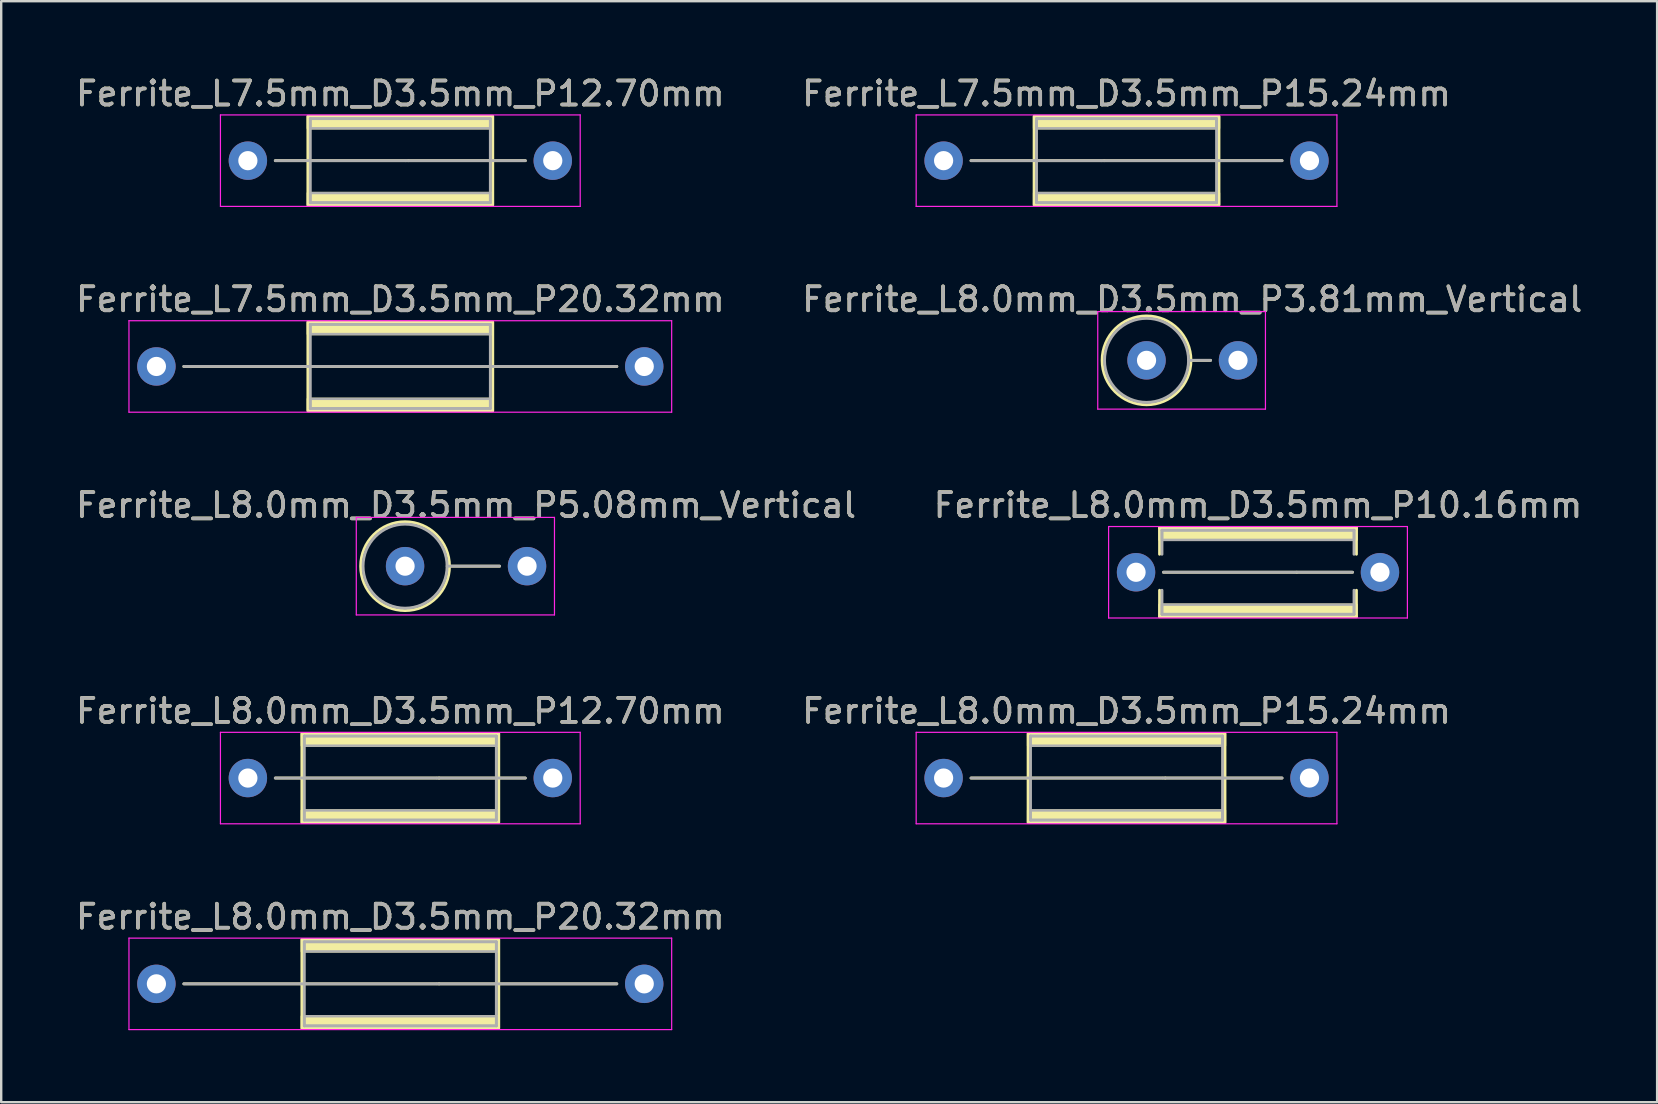
<source format=kicad_pcb>
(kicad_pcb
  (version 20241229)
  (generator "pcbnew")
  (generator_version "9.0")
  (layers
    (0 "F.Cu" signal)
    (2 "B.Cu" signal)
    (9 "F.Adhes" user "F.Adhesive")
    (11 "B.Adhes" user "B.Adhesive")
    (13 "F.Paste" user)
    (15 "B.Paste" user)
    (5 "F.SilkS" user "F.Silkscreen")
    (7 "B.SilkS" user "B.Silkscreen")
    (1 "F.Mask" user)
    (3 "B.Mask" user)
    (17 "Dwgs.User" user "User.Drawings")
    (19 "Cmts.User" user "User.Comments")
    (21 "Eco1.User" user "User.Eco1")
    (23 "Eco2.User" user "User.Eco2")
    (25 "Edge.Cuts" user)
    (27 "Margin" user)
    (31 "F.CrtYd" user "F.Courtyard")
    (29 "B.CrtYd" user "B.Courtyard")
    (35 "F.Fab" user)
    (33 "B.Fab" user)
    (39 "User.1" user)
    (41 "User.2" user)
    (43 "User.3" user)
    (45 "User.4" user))
  (footprint "Ferrite_L8.0mm_D3.5mm_P20.32mm"
    (layer "F.Cu")
    (at 3.465 37.931)
    (property "Reference" "Ferrite_L8.0mm_D3.5mm_P20.32mm" (at 10.16 -2.794 0) (layer "F.SilkS") (effects (font (size 1 1) (thickness 0.15))))
    (fp_line (start 11.774 0.000002) (end 1.143 0) (stroke (width 0.12) (type solid)) (layer "F.SilkS"))
    (fp_line (start 11.774 0.000002) (end 19.177 0) (stroke (width 0.12) (type solid)) (layer "F.SilkS"))
    (fp_rect (start 6.06 -1.85) (end 14.26 1.85) (stroke (width 0.12) (type solid)) (fill no) (layer "F.SilkS"))
    (fp_poly (pts (xy 6.06 1.35) (xy 14.26 1.35) (xy 14.26 1.85) (xy 6.06 1.85)) (stroke (width 0.1) (type solid)) (fill yes) (layer "F.SilkS"))
    (fp_poly (pts (xy 14.26 -1.35) (xy 6.06 -1.35) (xy 6.06 -1.85) (xy 14.26 -1.85)) (stroke (width 0.1) (type solid)) (fill yes) (layer "F.SilkS"))
    (fp_line (start -1.143 -1.905) (end 21.463 -1.905) (stroke (width 0.05) (type solid)) (layer "F.CrtYd"))
    (fp_line (start -1.143 1.905) (end -1.143 -1.905) (stroke (width 0.05) (type solid)) (layer "F.CrtYd"))
    (fp_line (start 21.463 -1.905) (end 21.463 1.905) (stroke (width 0.05) (type solid)) (layer "F.CrtYd"))
    (fp_line (start 21.463 1.905) (end -1.143 1.905) (stroke (width 0.05) (type solid)) (layer "F.CrtYd"))
    (fp_line (start 6.16 -1.75) (end 6.16 1.75) (stroke (width 0.12) (type solid)) (layer "F.Fab"))
    (fp_line (start 6.16 -1.75) (end 14.16 -1.75) (stroke (width 0.12) (type solid)) (layer "F.Fab"))
    (fp_line (start 11.647 0.000002) (end 1.143 0) (stroke (width 0.12) (type solid)) (layer "F.Fab"))
    (fp_line (start 11.684 0) (end 19.177 0) (stroke (width 0.12) (type solid)) (layer "F.Fab"))
    (fp_line (start 14.16 -1.75) (end 14.16 1.75) (stroke (width 0.12) (type solid)) (layer "F.Fab"))
    (fp_line (start 14.16 1.75) (end 6.16 1.75) (stroke (width 0.12) (type solid)) (layer "F.Fab"))
    (fp_poly (pts (xy 6.16 1.35) (xy 14.16 1.35) (xy 14.16 1.75) (xy 6.16 1.75)) (stroke (width 0.1) (type solid)) (fill no) (layer "F.Fab"))
    (fp_poly (pts (xy 14.16 -1.35) (xy 6.16 -1.35) (xy 6.16 -1.75) (xy 14.16 -1.75)) (stroke (width 0.1) (type solid)) (fill no) (layer "F.Fab"))
    (fp_text user "${REFERENCE}" (at 10.16 -2.793 0) (layer "F.Fab") (effects (font (size 1 1) (thickness 0.15))))
    (pad "1" thru_hole circle (at 0 0) (size 1.6 1.6) (drill 0.8) (layers "*.Cu" "*.Mask"))
    (pad "2" thru_hole circle (at 20.32 0) (size 1.6 1.6) (drill 0.8) (layers "*.Cu" "*.Mask")))
  (footprint "Ferrite_L8.0mm_D3.5mm_P15.24mm"
    (layer "F.Cu")
    (at 36.255 29.359)
    (property "Reference" "Ferrite_L8.0mm_D3.5mm_P15.24mm" (at 7.62 -2.794 0) (layer "F.SilkS") (effects (font (size 1 1) (thickness 0.15))))
    (fp_line (start 9.234 0.000002) (end 1.143 0) (stroke (width 0.12) (type solid)) (layer "F.SilkS"))
    (fp_line (start 9.234 0.000002) (end 14.097 0) (stroke (width 0.12) (type solid)) (layer "F.SilkS"))
    (fp_rect (start 3.52 -1.85) (end 11.72 1.85) (stroke (width 0.12) (type solid)) (fill no) (layer "F.SilkS"))
    (fp_poly (pts (xy 3.52 1.35) (xy 11.72 1.35) (xy 11.72 1.85) (xy 3.52 1.85)) (stroke (width 0.1) (type solid)) (fill yes) (layer "F.SilkS"))
    (fp_poly (pts (xy 11.72 -1.35) (xy 3.52 -1.35) (xy 3.52 -1.85) (xy 11.72 -1.85)) (stroke (width 0.1) (type solid)) (fill yes) (layer "F.SilkS"))
    (fp_line (start -1.143 -1.905) (end 16.383 -1.905) (stroke (width 0.05) (type solid)) (layer "F.CrtYd"))
    (fp_line (start -1.143 1.905) (end -1.143 -1.905) (stroke (width 0.05) (type solid)) (layer "F.CrtYd"))
    (fp_line (start 16.383 -1.905) (end 16.383 1.905) (stroke (width 0.05) (type solid)) (layer "F.CrtYd"))
    (fp_line (start 16.383 1.905) (end -1.143 1.905) (stroke (width 0.05) (type solid)) (layer "F.CrtYd"))
    (fp_line (start 3.62 -1.75) (end 3.62 1.75) (stroke (width 0.12) (type solid)) (layer "F.Fab"))
    (fp_line (start 3.62 -1.75) (end 11.62 -1.75) (stroke (width 0.12) (type solid)) (layer "F.Fab"))
    (fp_line (start 9.107 0.000002) (end 1.143 0) (stroke (width 0.12) (type solid)) (layer "F.Fab"))
    (fp_line (start 9.144 0) (end 14.097 0) (stroke (width 0.12) (type solid)) (layer "F.Fab"))
    (fp_line (start 11.62 -1.75) (end 11.62 1.75) (stroke (width 0.12) (type solid)) (layer "F.Fab"))
    (fp_line (start 11.62 1.75) (end 3.62 1.75) (stroke (width 0.12) (type solid)) (layer "F.Fab"))
    (fp_poly (pts (xy 3.62 1.35) (xy 11.62 1.35) (xy 11.62 1.75) (xy 3.62 1.75)) (stroke (width 0.1) (type solid)) (fill no) (layer "F.Fab"))
    (fp_poly (pts (xy 11.62 -1.35) (xy 3.62 -1.35) (xy 3.62 -1.75) (xy 11.62 -1.75)) (stroke (width 0.1) (type solid)) (fill no) (layer "F.Fab"))
    (fp_text user "${REFERENCE}" (at 7.62 -2.793 0) (layer "F.Fab") (effects (font (size 1 1) (thickness 0.15))))
    (pad "1" thru_hole circle (at 0 0) (size 1.6 1.6) (drill 0.8) (layers "*.Cu" "*.Mask"))
    (pad "2" thru_hole circle (at 15.24 0) (size 1.6 1.6) (drill 0.8) (layers "*.Cu" "*.Mask")))
  (footprint "Ferrite_L7.5mm_D3.5mm_P12.70mm"
    (layer "F.Cu")
    (at 7.275 3.642)
    (property "Reference" "Ferrite_L7.5mm_D3.5mm_P12.70mm" (at 6.35 -2.794 0) (layer "F.SilkS") (effects (font (size 1 1) (thickness 0.15))))
    (fp_line (start 6.694 0.000002) (end 1.143 0) (stroke (width 0.12) (type solid)) (layer "F.SilkS"))
    (fp_line (start 6.694 0.000002) (end 11.557 0) (stroke (width 0.12) (type solid)) (layer "F.SilkS"))
    (fp_rect (start 2.5 -1.85) (end 10.2 1.85) (stroke (width 0.12) (type solid)) (fill no) (layer "F.SilkS"))
    (fp_poly (pts (xy 2.5 1.35) (xy 10.2 1.35) (xy 10.2 1.85) (xy 2.5 1.85)) (stroke (width 0.1) (type solid)) (fill yes) (layer "F.SilkS"))
    (fp_poly (pts (xy 10.2 -1.35) (xy 2.5 -1.35) (xy 2.5 -1.85) (xy 10.2 -1.85)) (stroke (width 0.1) (type solid)) (fill yes) (layer "F.SilkS"))
    (fp_line (start -1.143 -1.905) (end 13.843 -1.905) (stroke (width 0.05) (type solid)) (layer "F.CrtYd"))
    (fp_line (start -1.143 1.905) (end -1.143 -1.905) (stroke (width 0.05) (type solid)) (layer "F.CrtYd"))
    (fp_line (start 13.843 -1.905) (end 13.843 1.905) (stroke (width 0.05) (type solid)) (layer "F.CrtYd"))
    (fp_line (start 13.843 1.905) (end -1.143 1.905) (stroke (width 0.05) (type solid)) (layer "F.CrtYd"))
    (fp_line (start 2.6 -1.75) (end 10.1 -1.75) (stroke (width 0.12) (type solid)) (layer "F.Fab"))
    (fp_line (start 2.6 1.75) (end 2.6 -1.75) (stroke (width 0.12) (type solid)) (layer "F.Fab"))
    (fp_line (start 6.567 0.000002) (end 1.143 0) (stroke (width 0.12) (type solid)) (layer "F.Fab"))
    (fp_line (start 6.567 0.000002) (end 11.557 0) (stroke (width 0.12) (type solid)) (layer "F.Fab"))
    (fp_line (start 10.1 -1.75) (end 10.1 1.75) (stroke (width 0.12) (type solid)) (layer "F.Fab"))
    (fp_line (start 10.1 1.75) (end 2.6 1.75) (stroke (width 0.12) (type solid)) (layer "F.Fab"))
    (fp_poly (pts (xy 2.6 1.35) (xy 10.1 1.35) (xy 10.1 1.75) (xy 2.6 1.75)) (stroke (width 0.1) (type solid)) (fill no) (layer "F.Fab"))
    (fp_poly (pts (xy 10.1 -1.35) (xy 2.6 -1.35) (xy 2.6 -1.75) (xy 10.1 -1.75)) (stroke (width 0.1) (type solid)) (fill no) (layer "F.Fab"))
    (fp_text user "${REFERENCE}" (at 6.35 -2.793 0) (layer "F.Fab") (effects (font (size 1 1) (thickness 0.15))))
    (pad "1" thru_hole circle (at 0 0) (size 1.6 1.6) (drill 0.8) (layers "*.Cu" "*.Mask"))
    (pad "2" thru_hole circle (at 12.7 0) (size 1.6 1.6) (drill 0.8) (layers "*.Cu" "*.Mask")))
  (footprint "Ferrite_L7.5mm_D3.5mm_P15.24mm"
    (layer "F.Cu")
    (at 36.255 3.642)
    (property "Reference" "Ferrite_L7.5mm_D3.5mm_P15.24mm" (at 7.62 -2.794 0) (layer "F.SilkS") (effects (font (size 1 1) (thickness 0.15))))
    (fp_line (start 6.694 0.000002) (end 1.143 0) (stroke (width 0.12) (type solid)) (layer "F.SilkS"))
    (fp_line (start 6.694 0.000002) (end 14.097 0) (stroke (width 0.12) (type solid)) (layer "F.SilkS"))
    (fp_rect (start 3.77 -1.85) (end 11.47 1.85) (stroke (width 0.12) (type solid)) (fill no) (layer "F.SilkS"))
    (fp_poly (pts (xy 3.77 1.35) (xy 11.47 1.35) (xy 11.47 1.85) (xy 3.77 1.85)) (stroke (width 0.1) (type solid)) (fill yes) (layer "F.SilkS"))
    (fp_poly (pts (xy 11.47 -1.35) (xy 3.77 -1.35) (xy 3.77 -1.85) (xy 11.47 -1.85)) (stroke (width 0.1) (type solid)) (fill yes) (layer "F.SilkS"))
    (fp_line (start -1.143 -1.905) (end 16.383 -1.905) (stroke (width 0.05) (type solid)) (layer "F.CrtYd"))
    (fp_line (start -1.143 1.905) (end -1.143 -1.905) (stroke (width 0.05) (type solid)) (layer "F.CrtYd"))
    (fp_line (start 16.383 -1.905) (end 16.383 1.905) (stroke (width 0.05) (type solid)) (layer "F.CrtYd"))
    (fp_line (start 16.383 1.905) (end -1.143 1.905) (stroke (width 0.05) (type solid)) (layer "F.CrtYd"))
    (fp_line (start 3.87 -1.75) (end 11.37 -1.75) (stroke (width 0.12) (type solid)) (layer "F.Fab"))
    (fp_line (start 3.87 1.75) (end 3.87 -1.75) (stroke (width 0.12) (type solid)) (layer "F.Fab"))
    (fp_line (start 6.567 0.000002) (end 1.143 0) (stroke (width 0.12) (type solid)) (layer "F.Fab"))
    (fp_line (start 6.567 0.000002) (end 14.097 0) (stroke (width 0.12) (type solid)) (layer "F.Fab"))
    (fp_line (start 11.37 -1.75) (end 11.37 1.75) (stroke (width 0.12) (type solid)) (layer "F.Fab"))
    (fp_line (start 11.37 1.75) (end 3.87 1.75) (stroke (width 0.12) (type solid)) (layer "F.Fab"))
    (fp_poly (pts (xy 3.87 1.35) (xy 11.37 1.35) (xy 11.37 1.75) (xy 3.87 1.75)) (stroke (width 0.1) (type solid)) (fill no) (layer "F.Fab"))
    (fp_poly (pts (xy 11.37 -1.35) (xy 3.87 -1.35) (xy 3.87 -1.75) (xy 11.37 -1.75)) (stroke (width 0.1) (type solid)) (fill no) (layer "F.Fab"))
    (fp_text user "${REFERENCE}" (at 7.62 -2.793 0) (layer "F.Fab") (effects (font (size 1 1) (thickness 0.15))))
    (pad "1" thru_hole circle (at 0 0) (size 1.6 1.6) (drill 0.8) (layers "*.Cu" "*.Mask"))
    (pad "2" thru_hole circle (at 15.24 0) (size 1.6 1.6) (drill 0.8) (layers "*.Cu" "*.Mask")))
  (footprint "Ferrite_L8.0mm_D3.5mm_P10.16mm"
    (layer "F.Cu")
    (at 44.271 20.787)
    (property "Reference" "Ferrite_L8.0mm_D3.5mm_P10.16mm" (at 5.08 -2.794 0) (layer "F.SilkS") (effects (font (size 1 1) (thickness 0.15))))
    (fp_line (start 0.98 -1.85) (end 0.98 -0.75) (stroke (width 0.12) (type solid)) (layer "F.SilkS"))
    (fp_line (start 0.98 0.75) (end 0.98 1.85) (stroke (width 0.12) (type solid)) (layer "F.SilkS"))
    (fp_line (start 0.98 1.85) (end 9.18 1.85) (stroke (width 0.12) (type solid)) (layer "F.SilkS"))
    (fp_line (start 6.694 0.000002) (end 1.143 0) (stroke (width 0.12) (type solid)) (layer "F.SilkS"))
    (fp_line (start 6.694 0.000002) (end 9.017 0) (stroke (width 0.12) (type solid)) (layer "F.SilkS"))
    (fp_line (start 9.18 -1.85) (end 0.98 -1.85) (stroke (width 0.12) (type solid)) (layer "F.SilkS"))
    (fp_line (start 9.18 -0.75) (end 9.18 -1.85) (stroke (width 0.12) (type solid)) (layer "F.SilkS"))
    (fp_line (start 9.18 1.85) (end 9.18 0.75) (stroke (width 0.12) (type solid)) (layer "F.SilkS"))
    (fp_poly (pts (xy 0.98 1.35) (xy 9.18 1.35) (xy 9.18 1.85) (xy 0.98 1.85)) (stroke (width 0.1) (type solid)) (fill yes) (layer "F.SilkS"))
    (fp_poly (pts (xy 9.18 -1.35) (xy 0.98 -1.35) (xy 0.98 -1.85) (xy 9.18 -1.85)) (stroke (width 0.1) (type solid)) (fill yes) (layer "F.SilkS"))
    (fp_line (start -1.143 -1.905) (end 11.303 -1.905) (stroke (width 0.05) (type solid)) (layer "F.CrtYd"))
    (fp_line (start -1.143 1.905) (end -1.143 -1.905) (stroke (width 0.05) (type solid)) (layer "F.CrtYd"))
    (fp_line (start 11.303 -1.905) (end 11.303 1.905) (stroke (width 0.05) (type solid)) (layer "F.CrtYd"))
    (fp_line (start 11.303 1.905) (end -1.143 1.905) (stroke (width 0.05) (type solid)) (layer "F.CrtYd"))
    (fp_line (start 1.08 -1.75) (end 1.08 -0.75) (stroke (width 0.12) (type solid)) (layer "F.Fab"))
    (fp_line (start 1.08 -1.75) (end 9.08 -1.75) (stroke (width 0.12) (type solid)) (layer "F.Fab"))
    (fp_line (start 1.08 1.75) (end 1.08 0.75) (stroke (width 0.12) (type solid)) (layer "F.Fab"))
    (fp_line (start 6.567 0.000002) (end 1.143 0) (stroke (width 0.12) (type solid)) (layer "F.Fab"))
    (fp_line (start 6.604 0) (end 9.017 0) (stroke (width 0.12) (type solid)) (layer "F.Fab"))
    (fp_line (start 9.08 -1.75) (end 9.08 -0.75) (stroke (width 0.12) (type solid)) (layer "F.Fab"))
    (fp_line (start 9.08 1.75) (end 1.08 1.75) (stroke (width 0.12) (type solid)) (layer "F.Fab"))
    (fp_line (start 9.08 1.75) (end 9.08 0.75) (stroke (width 0.12) (type solid)) (layer "F.Fab"))
    (fp_poly (pts (xy 1.08 1.35) (xy 9.08 1.35) (xy 9.08 1.75) (xy 1.08 1.75)) (stroke (width 0.1) (type solid)) (fill no) (layer "F.Fab"))
    (fp_poly (pts (xy 9.08 -1.35) (xy 1.08 -1.35) (xy 1.08 -1.75) (xy 9.08 -1.75)) (stroke (width 0.1) (type solid)) (fill no) (layer "F.Fab"))
    (fp_text user "${REFERENCE}" (at 5.08 -2.793 0) (layer "F.Fab") (effects (font (size 1 1) (thickness 0.15))))
    (pad "1" thru_hole circle (at 0 0) (size 1.6 1.6) (drill 0.8) (layers "*.Cu" "*.Mask"))
    (pad "2" thru_hole circle (at 10.16 0) (size 1.6 1.6) (drill 0.8) (layers "*.Cu" "*.Mask")))
  (footprint "Ferrite_L8.0mm_D3.5mm_P5.08mm_Vertical"
    (layer "F.Cu")
    (at 13.823 20.533)
    (property "Reference" "Ferrite_L8.0mm_D3.5mm_P5.08mm_Vertical" (at 2.54 -2.54 0) (layer "F.SilkS") (effects (font (size 1 1) (thickness 0.15))))
    (fp_line (start 1.85 0) (end 3.937 0) (stroke (width 0.12) (type solid)) (layer "F.SilkS"))
    (fp_circle (center 0 0) (end 0 -1.85) (stroke (width 0.12) (type solid)) (fill no) (layer "F.SilkS"))
    (fp_line (start -2.032 -2.032) (end 6.223 -2.032) (stroke (width 0.05) (type solid)) (layer "F.CrtYd"))
    (fp_line (start -2.032 2.032) (end -2.032 -2.032) (stroke (width 0.05) (type solid)) (layer "F.CrtYd"))
    (fp_line (start 6.223 -2.032) (end 6.223 2.032) (stroke (width 0.05) (type solid)) (layer "F.CrtYd"))
    (fp_line (start 6.223 2.032) (end -2.032 2.032) (stroke (width 0.05) (type solid)) (layer "F.CrtYd"))
    (fp_line (start 1.75 0) (end 3.937 0) (stroke (width 0.12) (type solid)) (layer "F.Fab"))
    (fp_circle (center 0 0) (end 0 -1.75) (stroke (width 0.12) (type solid)) (fill no) (layer "F.Fab"))
    (fp_text user "${REFERENCE}" (at 2.54 -2.539 0) (layer "F.Fab") (effects (font (size 1 1) (thickness 0.15))))
    (pad "1" thru_hole circle (at 0 0) (size 1.6 1.6) (drill 0.8) (layers "*.Cu" "*.Mask"))
    (pad "2" thru_hole circle (at 5.08 0) (size 1.6 1.6) (drill 0.8) (layers "*.Cu" "*.Mask")))
  (footprint "Ferrite_L8.0mm_D3.5mm_P12.70mm"
    (layer "F.Cu")
    (at 7.275 29.359)
    (property "Reference" "Ferrite_L8.0mm_D3.5mm_P12.70mm" (at 6.35 -2.794 0) (layer "F.SilkS") (effects (font (size 1 1) (thickness 0.15))))
    (fp_line (start 7.964 0.000002) (end 1.143 0) (stroke (width 0.12) (type solid)) (layer "F.SilkS"))
    (fp_line (start 7.964 0.000002) (end 11.557 0) (stroke (width 0.12) (type solid)) (layer "F.SilkS"))
    (fp_rect (start 2.25 -1.85) (end 10.45 1.85) (stroke (width 0.12) (type solid)) (fill no) (layer "F.SilkS"))
    (fp_poly (pts (xy 2.25 1.35) (xy 10.45 1.35) (xy 10.45 1.85) (xy 2.25 1.85)) (stroke (width 0.1) (type solid)) (fill yes) (layer "F.SilkS"))
    (fp_poly (pts (xy 10.45 -1.35) (xy 2.25 -1.35) (xy 2.25 -1.85) (xy 10.45 -1.85)) (stroke (width 0.1) (type solid)) (fill yes) (layer "F.SilkS"))
    (fp_line (start -1.143 -1.905) (end 13.843 -1.905) (stroke (width 0.05) (type solid)) (layer "F.CrtYd"))
    (fp_line (start -1.143 1.905) (end -1.143 -1.905) (stroke (width 0.05) (type solid)) (layer "F.CrtYd"))
    (fp_line (start 13.843 -1.905) (end 13.843 1.905) (stroke (width 0.05) (type solid)) (layer "F.CrtYd"))
    (fp_line (start 13.843 1.905) (end -1.143 1.905) (stroke (width 0.05) (type solid)) (layer "F.CrtYd"))
    (fp_line (start 2.35 -1.75) (end 2.35 1.75) (stroke (width 0.12) (type solid)) (layer "F.Fab"))
    (fp_line (start 2.35 -1.75) (end 10.35 -1.75) (stroke (width 0.12) (type solid)) (layer "F.Fab"))
    (fp_line (start 7.837 0.000002) (end 1.143 0) (stroke (width 0.12) (type solid)) (layer "F.Fab"))
    (fp_line (start 7.874 0) (end 11.557 0) (stroke (width 0.12) (type solid)) (layer "F.Fab"))
    (fp_line (start 10.35 -1.75) (end 10.35 1.75) (stroke (width 0.12) (type solid)) (layer "F.Fab"))
    (fp_line (start 10.35 1.75) (end 2.35 1.75) (stroke (width 0.12) (type solid)) (layer "F.Fab"))
    (fp_poly (pts (xy 2.35 1.35) (xy 10.35 1.35) (xy 10.35 1.75) (xy 2.35 1.75)) (stroke (width 0.1) (type solid)) (fill no) (layer "F.Fab"))
    (fp_poly (pts (xy 10.35 -1.35) (xy 2.35 -1.35) (xy 2.35 -1.75) (xy 10.35 -1.75)) (stroke (width 0.1) (type solid)) (fill no) (layer "F.Fab"))
    (fp_text user "${REFERENCE}" (at 6.35 -2.793 0) (layer "F.Fab") (effects (font (size 1 1) (thickness 0.15))))
    (pad "1" thru_hole circle (at 0 0) (size 1.6 1.6) (drill 0.8) (layers "*.Cu" "*.Mask"))
    (pad "2" thru_hole circle (at 12.7 0) (size 1.6 1.6) (drill 0.8) (layers "*.Cu" "*.Mask")))
  (footprint "Ferrite_L7.5mm_D3.5mm_P20.32mm"
    (layer "F.Cu")
    (at 3.465 12.214)
    (property "Reference" "Ferrite_L7.5mm_D3.5mm_P20.32mm" (at 10.16 -2.794 0) (layer "F.SilkS") (effects (font (size 1 1) (thickness 0.15))))
    (fp_line (start 6.694 0.000002) (end 1.143 0) (stroke (width 0.12) (type solid)) (layer "F.SilkS"))
    (fp_line (start 6.694 0.000002) (end 19.177 0) (stroke (width 0.12) (type solid)) (layer "F.SilkS"))
    (fp_rect (start 6.31 -1.85) (end 14.01 1.85) (stroke (width 0.12) (type solid)) (fill no) (layer "F.SilkS"))
    (fp_poly (pts (xy 6.31 1.35) (xy 14.01 1.35) (xy 14.01 1.85) (xy 6.31 1.85)) (stroke (width 0.1) (type solid)) (fill yes) (layer "F.SilkS"))
    (fp_poly (pts (xy 14.01 -1.35) (xy 6.31 -1.35) (xy 6.31 -1.85) (xy 14.01 -1.85)) (stroke (width 0.1) (type solid)) (fill yes) (layer "F.SilkS"))
    (fp_line (start -1.143 -1.905) (end 21.463 -1.905) (stroke (width 0.05) (type solid)) (layer "F.CrtYd"))
    (fp_line (start -1.143 1.905) (end -1.143 -1.905) (stroke (width 0.05) (type solid)) (layer "F.CrtYd"))
    (fp_line (start 21.463 -1.905) (end 21.463 1.905) (stroke (width 0.05) (type solid)) (layer "F.CrtYd"))
    (fp_line (start 21.463 1.905) (end -1.143 1.905) (stroke (width 0.05) (type solid)) (layer "F.CrtYd"))
    (fp_line (start 6.41 -1.75) (end 13.91 -1.75) (stroke (width 0.12) (type solid)) (layer "F.Fab"))
    (fp_line (start 6.41 1.75) (end 6.41 -1.75) (stroke (width 0.12) (type solid)) (layer "F.Fab"))
    (fp_line (start 6.567 0.000002) (end 1.143 0) (stroke (width 0.12) (type solid)) (layer "F.Fab"))
    (fp_line (start 6.567 0.000002) (end 19.177 0) (stroke (width 0.12) (type solid)) (layer "F.Fab"))
    (fp_line (start 13.91 -1.75) (end 13.91 1.75) (stroke (width 0.12) (type solid)) (layer "F.Fab"))
    (fp_line (start 13.91 1.75) (end 6.41 1.75) (stroke (width 0.12) (type solid)) (layer "F.Fab"))
    (fp_poly (pts (xy 6.41 1.35) (xy 13.91 1.35) (xy 13.91 1.75) (xy 6.41 1.75)) (stroke (width 0.1) (type solid)) (fill no) (layer "F.Fab"))
    (fp_poly (pts (xy 13.91 -1.35) (xy 6.41 -1.35) (xy 6.41 -1.75) (xy 13.91 -1.75)) (stroke (width 0.1) (type solid)) (fill no) (layer "F.Fab"))
    (fp_text user "${REFERENCE}" (at 10.16 -2.793 0) (layer "F.Fab") (effects (font (size 1 1) (thickness 0.15))))
    (pad "1" thru_hole circle (at 0 0) (size 1.6 1.6) (drill 0.8) (layers "*.Cu" "*.Mask"))
    (pad "2" thru_hole circle (at 20.32 0) (size 1.6 1.6) (drill 0.8) (layers "*.Cu" "*.Mask")))
  (footprint "Ferrite_L8.0mm_D3.5mm_P3.81mm_Vertical"
    (layer "F.Cu")
    (at 44.708 11.96)
    (property "Reference" "Ferrite_L8.0mm_D3.5mm_P3.81mm_Vertical" (at 1.905 -2.54 0) (layer "F.SilkS") (effects (font (size 1 1) (thickness 0.15))))
    (fp_line (start 1.85 0) (end 2.667 0) (stroke (width 0.12) (type solid)) (layer "F.SilkS"))
    (fp_circle (center 0 0) (end 0 -1.85) (stroke (width 0.12) (type solid)) (fill no) (layer "F.SilkS"))
    (fp_line (start -2.032 -2.032) (end 4.953 -2.032) (stroke (width 0.05) (type solid)) (layer "F.CrtYd"))
    (fp_line (start -2.032 2.032) (end -2.032 -2.032) (stroke (width 0.05) (type solid)) (layer "F.CrtYd"))
    (fp_line (start 4.953 -2.032) (end 4.953 2.032) (stroke (width 0.05) (type solid)) (layer "F.CrtYd"))
    (fp_line (start 4.953 2.032) (end -2.032 2.032) (stroke (width 0.05) (type solid)) (layer "F.CrtYd"))
    (fp_line (start 1.75 0) (end 2.667 0) (stroke (width 0.12) (type solid)) (layer "F.Fab"))
    (fp_circle (center 0 0) (end 0 -1.75) (stroke (width 0.12) (type solid)) (fill no) (layer "F.Fab"))
    (fp_text user "${REFERENCE}" (at 1.905 -2.539 0) (layer "F.Fab") (effects (font (size 1 1) (thickness 0.15))))
    (pad "1" thru_hole circle (at 0 0) (size 1.6 1.6) (drill 0.8) (layers "*.Cu" "*.Mask"))
    (pad "2" thru_hole circle (at 3.81 0) (size 1.6 1.6) (drill 0.8) (layers "*.Cu" "*.Mask")))
  (gr_rect
    (start -3 -3)
    (end 65.976 42.861)
    (stroke (width 0.1) (type default))
    (fill no)
    (layer "Edge.Cuts")))
</source>
